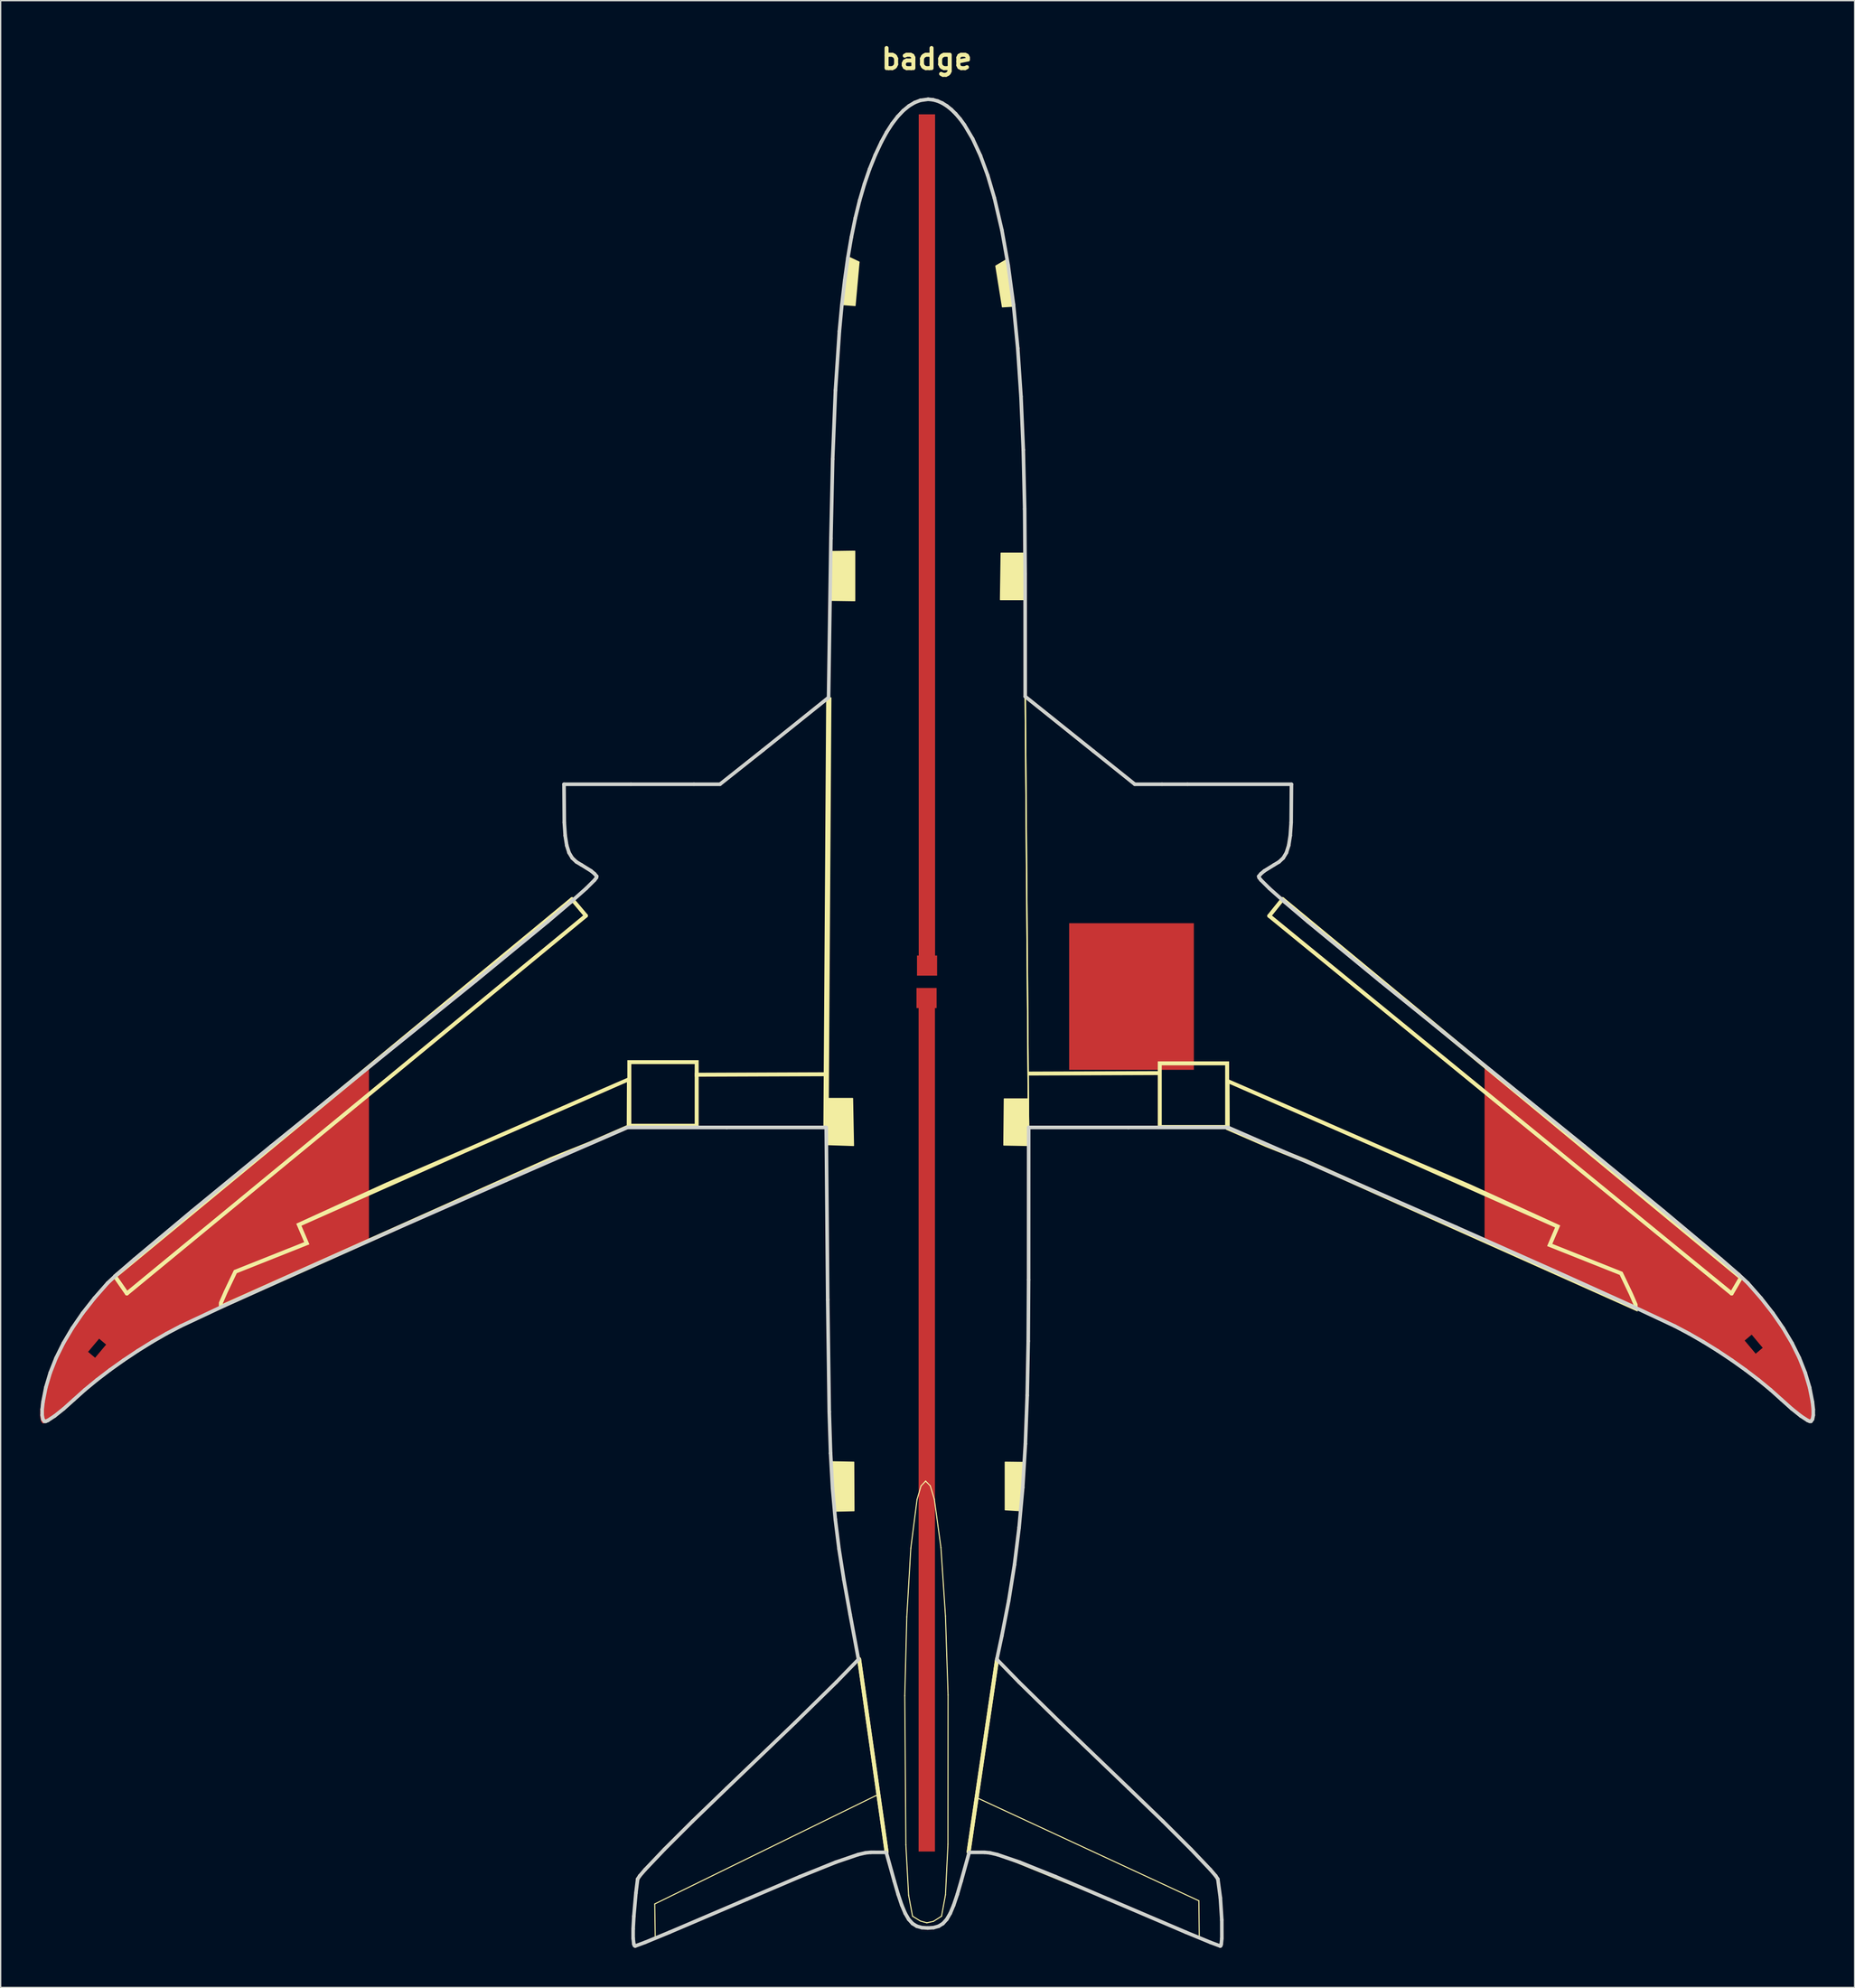
<source format=kicad_pcb>
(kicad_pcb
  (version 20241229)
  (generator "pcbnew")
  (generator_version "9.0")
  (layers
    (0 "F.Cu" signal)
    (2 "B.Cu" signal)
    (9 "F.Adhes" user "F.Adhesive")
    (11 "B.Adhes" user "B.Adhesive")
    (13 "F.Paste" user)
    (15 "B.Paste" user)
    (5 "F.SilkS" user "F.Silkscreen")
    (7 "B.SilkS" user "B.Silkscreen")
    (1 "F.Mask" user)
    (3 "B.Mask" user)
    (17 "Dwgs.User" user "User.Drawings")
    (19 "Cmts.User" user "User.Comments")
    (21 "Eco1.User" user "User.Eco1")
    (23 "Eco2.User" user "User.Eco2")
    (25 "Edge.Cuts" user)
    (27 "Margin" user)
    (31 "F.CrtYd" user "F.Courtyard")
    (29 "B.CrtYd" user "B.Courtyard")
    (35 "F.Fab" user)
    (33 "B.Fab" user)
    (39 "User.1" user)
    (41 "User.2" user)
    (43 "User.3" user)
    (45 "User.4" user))
  (footprint "badge"
    (layer "F.Cu")
    (at 67.226 74.476)
    (property "Reference" "badge" (at 0 -73.05 0) (layer "F.SilkS") (effects (font (size 1.524 1.524) (thickness 0.305))))
    (attr smd)
    (fp_poly (pts (xy -0.618 -2.339) (xy 0.622 -2.339) (xy 0.622 62.834) (xy -0.618 62.834) (xy -0.618 -2.339)) (stroke (width 0) (type solid)) (fill yes) (layer "F.Cu"))
    (fp_poly (pts (xy -0.608 -68.857) (xy 0.632 -68.857) (xy 0.632 -3.684) (xy -0.608 -3.684) (xy -0.608 -68.857)) (stroke (width 0) (type solid)) (fill yes) (layer "F.Cu"))
    (fp_poly (pts (xy 10.798 -7.539) (xy 20.254 -7.539) (xy 20.254 3.575) (xy 10.798 3.575) (xy 10.798 -7.539)) (stroke (width 0) (type solid)) (fill yes) (layer "F.Cu"))
    (fp_poly (pts (xy -42.298 3.393) (xy -62.76 23.958) (xy -62.228 24.405) (xy -63.065 25.403) (xy -63.597 24.956) (xy -62.76 23.958) (xy -42.298 3.393) (xy -42.804 3.802) (xy -49.861 9.511) (xy -55.882 14.448) (xy -60.228 18.084) (xy -61.574 19.249) (xy -62.262 19.891) (xy -63.268 21.036) (xy -64.162 22.177) (xy -64.944 23.315) (xy -65.615 24.447) (xy -66.172 25.574) (xy -66.617 26.695) (xy -66.948 27.81) (xy -67.166 28.917) (xy -67.225 29.472) (xy -67.226 29.908) (xy -67.169 30.212) (xy -67.054 30.375) (xy -66.955 30.375) (xy -66.786 30.302) (xy -66.274 29.967) (xy -65.593 29.424) (xy -64.816 28.728) (xy -63.992 27.988) (xy -63.078 27.236) (xy -62.093 26.484) (xy -61.055 25.744) (xy -59.981 25.029) (xy -58.891 24.352) (xy -57.802 23.725) (xy -56.733 23.161) (xy -53.398 21.595) (xy -47.571 18.961) (xy -42.298 16.617) (xy -42.298 3.393)) (stroke (width 0) (type solid)) (fill yes) (layer "F.Cu"))
    (fp_poly (pts (xy 42.298 3.241) (xy 62.554 23.652) (xy 63.391 24.649) (xy 62.859 25.096) (xy 62.022 24.098) (xy 62.554 23.652) (xy 42.298 3.241) (xy 42.298 16.465) (xy 47.571 18.809) (xy 53.398 21.443) (xy 56.732 23.009) (xy 57.802 23.574) (xy 58.891 24.2) (xy 59.981 24.877) (xy 61.055 25.592) (xy 62.093 26.332) (xy 63.078 27.084) (xy 63.992 27.836) (xy 64.816 28.576) (xy 65.593 29.272) (xy 66.274 29.815) (xy 66.786 30.15) (xy 66.955 30.223) (xy 67.054 30.223) (xy 67.168 30.06) (xy 67.226 29.756) (xy 67.225 29.32) (xy 67.166 28.765) (xy 66.948 27.658) (xy 66.617 26.543) (xy 66.172 25.423) (xy 65.615 24.295) (xy 64.944 23.163) (xy 64.162 22.025) (xy 63.267 20.884) (xy 62.262 19.739) (xy 61.574 19.097) (xy 60.228 17.932) (xy 55.882 14.296) (xy 49.861 9.359) (xy 42.804 3.65) (xy 42.298 3.241)) (stroke (width 0) (type solid)) (fill yes) (layer "F.Cu"))
    (fp_poly (pts (xy -63.597 24.956) (xy -62.76 23.958) (xy -62.228 24.405) (xy -63.065 25.403) (xy -63.597 24.956)) (stroke (width 0) (type solid)) (fill yes) (layer "F.Mask"))
    (fp_poly (pts (xy 63.392 24.649) (xy 62.554 23.652) (xy 62.022 24.098) (xy 62.859 25.096) (xy 63.392 24.649)) (stroke (width 0) (type solid)) (fill yes) (layer "F.Mask"))
    (fp_poly (pts (xy -3.845 -62.788) (xy -3.678 -63.717) (xy -3.433 -64.531) (xy -3.049 -65.271) (xy -1.838 -66.61) (xy -1.006 -67.121) (xy -0.014 -67.328) (xy 0.988 -67.133) (xy 1.843 -66.631) (xy 2.54 -65.964) (xy 3.071 -65.271) (xy 3.443 -64.513) (xy 3.684 -63.701) (xy 3.852 -62.788) (xy 3.071 -62.788) (xy 2.985 -63.173) (xy 2.584 -64.02) (xy 2.198 -64.475) (xy 1.655 -64.873) (xy 0.926 -65.157) (xy -0.014 -65.271) (xy -0.953 -65.172) (xy -1.676 -64.894) (xy -2.211 -64.496) (xy -2.587 -64.039) (xy -2.97 -63.18) (xy -3.049 -62.788) (xy -3.845 -62.788) (xy -3.845 -62.788)) (stroke (width 0.07) (type solid)) (fill yes) (layer "F.Mask"))
    (fp_poly (pts (xy 19.26 -7.153) (xy 16.177 -5.154) (xy 16.256 -5.119) (xy 16.191 -5.038) (xy 16.125 -4.976) (xy 16.033 -5.093) (xy 15.941 -5.209) (xy 15.941 -5.209) (xy 16.019 -5.189) (xy 16.177 -5.154) (xy 19.26 -7.153) (xy 15.822 -4.676) (xy 15.715 -4.554) (xy 15.587 -4.43) (xy 15.573 -4.509) (xy 15.567 -4.703) (xy 15.577 -4.979) (xy 15.577 -4.979) (xy 15.705 -4.827) (xy 15.822 -4.676) (xy 19.26 -7.153) (xy 15.153 -3.93) (xy 15.047 -3.813) (xy 14.621 -3.309) (xy 14.107 -2.663) (xy 13.802 -2.28) (xy 13.783 -2.267) (xy 13.777 -2.279) (xy 13.787 -2.36) (xy 13.86 -2.702) (xy 13.976 -3.063) (xy 14.131 -3.432) (xy 14.322 -3.797) (xy 14.689 -4.363) (xy 15.055 -4.855) (xy 15.151 -4.965) (xy 15.151 -4.965) (xy 15.152 -4.448) (xy 15.153 -3.93) (xy 19.26 -7.153) (xy 19.067 -7.13) (xy 13.278 -1.773) (xy 13.349 -1.757) (xy 13.361 -1.726) (xy 13.269 -1.552) (xy 13.049 -1.209) (xy 12.64 -0.586) (xy 12.543 -0.426) (xy 12.468 -0.593) (xy 12.365 -0.847) (xy 12.282 -1.101) (xy 12.22 -1.354) (xy 12.179 -1.606) (xy 12.158 -1.781) (xy 12.158 -1.781) (xy 12.759 -1.781) (xy 13.278 -1.773) (xy 19.067 -7.13) (xy 18.845 -7.064) (xy 16.775 -4.931) (xy 16.956 -4.83) (xy 17.196 -4.679) (xy 17.423 -4.502) (xy 17.636 -4.302) (xy 17.833 -4.082) (xy 18.011 -3.844) (xy 18.167 -3.592) (xy 18.299 -3.328) (xy 18.406 -3.055) (xy 18.516 -2.63) (xy 18.571 -2.274) (xy 18.558 -2.245) (xy 18.486 -2.23) (xy 17.981 -2.222) (xy 17.39 -2.222) (xy 17.371 -2.353) (xy 17.301 -2.739) (xy 17.204 -3.097) (xy 17.102 -3.358) (xy 16.952 -3.678) (xy 16.781 -4.004) (xy 16.615 -4.284) (xy 16.449 -4.574) (xy 16.497 -4.645) (xy 16.612 -4.769) (xy 16.775 -4.931) (xy 16.775 -4.931) (xy 18.845 -7.064) (xy 18.595 -6.956) (xy 16.027 -4.13) (xy 16.089 -4.186) (xy 16.135 -4.203) (xy 16.135 -4.203) (xy 16.165 -4.191) (xy 16.195 -4.158) (xy 16.274 -4.037) (xy 16.502 -3.643) (xy 16.695 -3.229) (xy 16.84 -2.822) (xy 16.929 -2.446) (xy 16.965 -2.222) (xy 16.266 -2.222) (xy 15.566 -2.222) (xy 15.566 -2.91) (xy 15.566 -3.599) (xy 15.812 -3.884) (xy 16.027 -4.13) (xy 18.595 -6.956) (xy 18.32 -6.806) (xy 18.022 -6.616) (xy 15.153 -3.11) (xy 15.153 -2.666) (xy 15.153 -2.222) (xy 14.808 -2.222) (xy 14.463 -2.236) (xy 14.808 -2.68) (xy 15.153 -3.11) (xy 18.022 -6.616) (xy 17.704 -6.388) (xy 14.094 -1.767) (xy 14.623 -1.775) (xy 15.153 -1.783) (xy 15.153 -1.782) (xy 15.153 -0.403) (xy 15.146 0.976) (xy 14.856 0.595) (xy 14.476 0.053) (xy 14.306 -0.229) (xy 14.154 -0.519) (xy 14.025 -0.807) (xy 13.924 -1.082) (xy 13.823 -1.395) (xy 13.958 -1.581) (xy 14.094 -1.767) (xy 17.704 -6.388) (xy 17.366 -6.121) (xy 17.011 -5.816) (xy 16.788 -5.618) (xy 14.745 -5.193) (xy 14.752 -5.178) (xy 14.726 -5.132) (xy 14.55 -4.897) (xy 14.241 -4.464) (xy 13.967 -4.025) (xy 13.74 -3.602) (xy 13.572 -3.214) (xy 13.43 -2.72) (xy 13.38 -2.478) (xy 13.361 -2.308) (xy 13.361 -2.222) (xy 12.759 -2.222) (xy 12.158 -2.222) (xy 12.18 -2.41) (xy 12.255 -2.81) (xy 12.38 -3.195) (xy 12.552 -3.562) (xy 12.767 -3.905) (xy 13.021 -4.219) (xy 13.31 -4.499) (xy 13.632 -4.74) (xy 13.981 -4.935) (xy 14.34 -5.078) (xy 14.694 -5.185) (xy 14.745 -5.193) (xy 14.745 -5.193) (xy 16.788 -5.618) (xy 13.509 -0.959) (xy 13.586 -0.757) (xy 13.757 -0.371) (xy 13.982 0.046) (xy 14.251 0.475) (xy 14.55 0.893) (xy 14.749 1.162) (xy 14.755 1.188) (xy 14.722 1.192) (xy 14.491 1.13) (xy 14.055 0.965) (xy 13.649 0.746) (xy 13.289 0.484) (xy 13.13 0.34) (xy 12.989 0.189) (xy 12.854 0.031) (xy 12.917 -0.078) (xy 13.244 -0.573) (xy 13.509 -0.959) (xy 13.509 -0.959) (xy 16.788 -5.618) (xy 16.552 -5.697) (xy 16.267 -5.782) (xy 15.997 -5.836) (xy 15.707 -5.865) (xy 15.36 -5.873) (xy 15.567 -1.781) (xy 16.266 -1.781) (xy 16.965 -1.781) (xy 16.931 -1.567) (xy 16.878 -1.308) (xy 16.801 -1.045) (xy 16.701 -0.778) (xy 16.574 -0.503) (xy 16.422 -0.22) (xy 16.241 0.075) (xy 15.794 0.707) (xy 15.577 0.976) (xy 15.567 -0.402) (xy 15.567 -1.781) (xy 15.567 -1.781) (xy 15.36 -5.873) (xy 14.927 -5.86) (xy 14.603 -5.81) (xy 14.33 -5.741) (xy 14.065 -5.655) (xy 13.811 -5.551) (xy 13.567 -5.432) (xy 13.334 -5.296) (xy 13.112 -5.145) (xy 12.902 -4.979) (xy 12.704 -4.798) (xy 12.52 -4.604) (xy 12.348 -4.396) (xy 12.191 -4.175) (xy 12.048 -3.942) (xy 11.921 -3.698) (xy 11.809 -3.441) (xy 11.712 -3.174) (xy 11.633 -2.897) (xy 11.591 -2.716) (xy 11.568 -2.551) (xy 11.556 -2.002) (xy 18.363 -1.782) (xy 18.508 -1.766) (xy 18.546 -1.746) (xy 18.565 -1.715) (xy 18.562 -1.61) (xy 18.529 -1.434) (xy 18.479 -1.197) (xy 18.412 -0.967) (xy 18.33 -0.745) (xy 18.231 -0.53) (xy 18.117 -0.322) (xy 17.987 -0.122) (xy 17.841 0.069) (xy 17.679 0.252) (xy 17.387 0.524) (xy 17.058 0.761) (xy 16.708 0.954) (xy 16.352 1.094) (xy 16.039 1.182) (xy 15.946 1.202) (xy 16.166 0.916) (xy 16.419 0.574) (xy 16.641 0.24) (xy 16.834 -0.087) (xy 16.998 -0.408) (xy 17.133 -0.724) (xy 17.241 -1.036) (xy 17.32 -1.344) (xy 17.373 -1.651) (xy 17.389 -1.781) (xy 17.98 -1.781) (xy 18.363 -1.782) (xy 18.363 -1.782) (xy 18.363 -1.782) (xy 11.556 -2.002) (xy 11.567 -1.451) (xy 11.59 -1.288) (xy 11.632 -1.107) (xy 11.715 -0.823) (xy 11.817 -0.539) (xy 11.933 -0.271) (xy 12.057 -0.033) (xy 12.182 0.185) (xy 12.067 0.394) (xy 11.753 1.015) (xy 11.478 1.641) (xy 11.356 1.969) (xy 11.278 2.235) (xy 11.237 2.472) (xy 11.225 2.713) (xy 11.235 2.933) (xy 11.271 3.09) (xy 11.34 3.202) (xy 11.448 3.286) (xy 11.57 3.336) (xy 11.744 3.338) (xy 11.903 3.311) (xy 12.079 3.25) (xy 12.273 3.155) (xy 12.484 3.027) (xy 12.71 2.867) (xy 12.95 2.674) (xy 13.472 2.194) (xy 13.899 1.771) (xy 13.637 1.975) (xy 13.04 2.417) (xy 12.528 2.747) (xy 12.106 2.963) (xy 11.931 3.027) (xy 11.781 3.061) (xy 11.67 3.064) (xy 11.597 3.016) (xy 11.564 2.977) (xy 11.547 2.931) (xy 11.55 2.744) (xy 11.607 2.43) (xy 11.74 2.043) (xy 11.95 1.581) (xy 12.237 1.04) (xy 12.487 0.593) (xy 12.738 0.829) (xy 12.932 0.999) (xy 13.133 1.154) (xy 13.342 1.295) (xy 13.558 1.422) (xy 14.007 1.63) (xy 14.475 1.777) (xy 14.958 1.862) (xy 15.204 1.881) (xy 15.451 1.884) (xy 15.699 1.87) (xy 15.947 1.841) (xy 16.196 1.795) (xy 16.443 1.732) (xy 16.717 1.635) (xy 17.026 1.495) (xy 17.329 1.333) (xy 17.587 1.169) (xy 17.834 0.967) (xy 18.102 0.709) (xy 18.35 0.437) (xy 18.54 0.19) (xy 18.739 -0.146) (xy 18.909 -0.51) (xy 19.045 -0.891) (xy 19.142 -1.277) (xy 19.18 -1.598) (xy 19.193 -2.001) (xy 19.18 -2.405) (xy 19.142 -2.725) (xy 19.046 -3.111) (xy 18.913 -3.483) (xy 18.745 -3.841) (xy 18.54 -4.184) (xy 18.329 -4.459) (xy 18.054 -4.755) (xy 17.759 -5.03) (xy 17.486 -5.241) (xy 17.24 -5.403) (xy 17.487 -5.64) (xy 17.81 -5.936) (xy 18.123 -6.198) (xy 18.42 -6.422) (xy 18.694 -6.604) (xy 18.936 -6.738) (xy 19.139 -6.821) (xy 19.296 -6.847) (xy 19.354 -6.838) (xy 19.399 -6.813) (xy 19.438 -6.76) (xy 19.463 -6.683) (xy 19.472 -6.465) (xy 19.426 -6.169) (xy 19.327 -5.803) (xy 19.254 -5.591) (xy 19.211 -5.503) (xy 19.026 -5.7) (xy 18.896 -5.843) (xy 18.866 -5.86) (xy 18.854 -5.845) (xy 18.747 -4.382) (xy 19.328 -4.864) (xy 19.905 -5.351) (xy 19.769 -5.369) (xy 19.503 -5.39) (xy 19.41 -5.398) (xy 19.372 -5.413) (xy 19.496 -5.729) (xy 19.595 -5.982) (xy 19.667 -6.21) (xy 19.711 -6.415) (xy 19.73 -6.595) (xy 19.721 -6.751) (xy 19.685 -6.884) (xy 19.622 -6.992) (xy 19.533 -7.077) (xy 19.411 -7.134) (xy 19.26 -7.153) (xy 19.26 -7.153)) (stroke (width 0.007) (type solid)) (fill yes) (layer "F.Mask"))
    (fp_line (start -61.559 19.23) (end -60.656 20.534) (stroke (width 0.3) (type solid)) (layer "F.SilkS"))
    (fp_line (start -60.656 20.534) (end -25.844 -8.108) (stroke (width 0.3) (type solid)) (layer "F.SilkS"))
    (fp_line (start -26.902 -9.362) (end -61.559 19.23) (stroke (width 0.3) (type solid)) (layer "F.SilkS"))
    (fp_line (start -25.844 -8.108) (end -26.902 -9.362) (stroke (width 0.3) (type solid)) (layer "F.SilkS"))
    (fp_line (start -20.627 66.808) (end -3.673 58.506) (stroke (width 0.079) (type solid)) (layer "F.SilkS"))
    (fp_line (start -20.589 69.323) (end -20.627 66.808) (stroke (width 0.079) (type solid)) (layer "F.SilkS"))
    (fp_line (start -19.775 69.07) (end -20.589 69.323) (stroke (width 0.079) (type solid)) (layer "F.SilkS"))
    (fp_line (start -17.65 68.202) (end -19.775 69.07) (stroke (width 0.079) (type solid)) (layer "F.SilkS"))
    (fp_line (start -14.704 66.956) (end -17.65 68.202) (stroke (width 0.079) (type solid)) (layer "F.SilkS"))
    (fp_line (start -11.425 65.569) (end -14.704 66.956) (stroke (width 0.079) (type solid)) (layer "F.SilkS"))
    (fp_line (start -8.303 64.276) (end -11.425 65.569) (stroke (width 0.079) (type solid)) (layer "F.SilkS"))
    (fp_line (start -5.825 63.315) (end -8.303 64.276) (stroke (width 0.079) (type solid)) (layer "F.SilkS"))
    (fp_line (start -5.127 48.248) (end -3.046 62.87) (stroke (width 0.3) (type solid)) (layer "F.SilkS"))
    (fp_line (start -4.482 62.923) (end -5.825 63.315) (stroke (width 0.079) (type solid)) (layer "F.SilkS"))
    (fp_line (start -3.673 58.506) (end -3.048 62.862) (stroke (width 0.079) (type solid)) (layer "F.SilkS"))
    (fp_line (start -3.048 62.862) (end -4.482 62.923) (stroke (width 0.079) (type solid)) (layer "F.SilkS"))
    (fp_line (start -3.046 62.87) (end -5.127 48.248) (stroke (width 0.3) (type solid)) (layer "F.SilkS"))
    (fp_line (start -1.667 51.024) (end -1.583 62.326) (stroke (width 0.079) (type solid)) (layer "F.SilkS"))
    (fp_line (start -1.583 62.326) (end -1.376 66.143) (stroke (width 0.079) (type solid)) (layer "F.SilkS"))
    (fp_line (start -1.513 45.04) (end -1.667 51.024) (stroke (width 0.079) (type solid)) (layer "F.SilkS"))
    (fp_line (start -1.376 66.143) (end -1.078 67.738) (stroke (width 0.079) (type solid)) (layer "F.SilkS"))
    (fp_line (start -1.208 39.833) (end -1.513 45.04) (stroke (width 0.079) (type solid)) (layer "F.SilkS"))
    (fp_line (start -1.078 67.738) (end -0.487 68.102) (stroke (width 0.079) (type solid)) (layer "F.SilkS"))
    (fp_line (start -0.737 36.154) (end -1.208 39.833) (stroke (width 0.079) (type solid)) (layer "F.SilkS"))
    (fp_line (start -0.487 68.102) (end 0.007 68.239) (stroke (width 0.079) (type solid)) (layer "F.SilkS"))
    (fp_line (start -0.435 35.121) (end -0.737 36.154) (stroke (width 0.079) (type solid)) (layer "F.SilkS"))
    (fp_line (start -0.086 34.752) (end -0.085 34.752) (stroke (width 0.079) (type solid)) (layer "F.SilkS"))
    (fp_line (start -0.085 34.752) (end -0.435 35.121) (stroke (width 0.079) (type solid)) (layer "F.SilkS"))
    (fp_line (start 0.007 68.239) (end 0.508 68.127) (stroke (width 0.079) (type solid)) (layer "F.SilkS"))
    (fp_line (start 0.266 35.109) (end -0.086 34.752) (stroke (width 0.079) (type solid)) (layer "F.SilkS"))
    (fp_line (start 0.508 68.127) (end 1.121 67.738) (stroke (width 0.079) (type solid)) (layer "F.SilkS"))
    (fp_line (start 0.576 36.13) (end 0.266 35.109) (stroke (width 0.079) (type solid)) (layer "F.SilkS"))
    (fp_line (start 1.075 39.791) (end 0.576 36.13) (stroke (width 0.079) (type solid)) (layer "F.SilkS"))
    (fp_line (start 1.121 67.738) (end 1.42 66.115) (stroke (width 0.079) (type solid)) (layer "F.SilkS"))
    (fp_line (start 1.419 44.985) (end 1.075 39.791) (stroke (width 0.079) (type solid)) (layer "F.SilkS"))
    (fp_line (start 1.42 66.115) (end 1.608 62.278) (stroke (width 0.079) (type solid)) (layer "F.SilkS"))
    (fp_line (start 1.608 62.278) (end 1.616 50.964) (stroke (width 0.079) (type solid)) (layer "F.SilkS"))
    (fp_line (start 1.616 50.964) (end 1.419 44.985) (stroke (width 0.079) (type solid)) (layer "F.SilkS"))
    (fp_line (start 3.174 62.87) (end 5.331 48.248) (stroke (width 0.3) (type solid)) (layer "F.SilkS"))
    (fp_line (start 3.193 62.856) (end 3.801 58.757) (stroke (width 0.079) (type solid)) (layer "F.SilkS"))
    (fp_line (start 3.801 58.757) (end 20.634 66.57) (stroke (width 0.079) (type solid)) (layer "F.SilkS"))
    (fp_line (start 5.261 63.035) (end 3.193 62.856) (stroke (width 0.079) (type solid)) (layer "F.SilkS"))
    (fp_line (start 5.331 48.248) (end 3.174 62.87) (stroke (width 0.3) (type solid)) (layer "F.SilkS"))
    (fp_line (start 7.47 -24.694) (end 7.718 7.902) (stroke (width 0.106) (type solid)) (layer "F.SilkS"))
    (fp_line (start 7.718 7.902) (end 7.47 -24.694) (stroke (width 0.106) (type solid)) (layer "F.SilkS"))
    (fp_line (start 20.634 66.57) (end 20.665 69.311) (stroke (width 0.079) (type solid)) (layer "F.SilkS"))
    (fp_line (start 20.665 69.311) (end 5.261 63.035) (stroke (width 0.079) (type solid)) (layer "F.SilkS"))
    (fp_line (start 25.972 -8.095) (end 61.034 20.534) (stroke (width 0.3) (type solid)) (layer "F.SilkS"))
    (fp_line (start 26.988 -9.362) (end 25.972 -8.095) (stroke (width 0.3) (type solid)) (layer "F.SilkS"))
    (fp_line (start 61.034 20.534) (end 61.737 19.33) (stroke (width 0.3) (type solid)) (layer "F.SilkS"))
    (fp_line (start 61.737 19.33) (end 26.988 -9.362) (stroke (width 0.3) (type solid)) (layer "F.SilkS"))
    (fp_poly (pts (xy -7.676 5.738) (xy -5.619 5.738) (xy -5.548 9.32) (xy -7.64 9.25) (xy -7.676 5.738)) (stroke (width 0.07) (type solid)) (fill yes) (layer "F.SilkS"))
    (fp_poly (pts (xy -7.627 -24.66) (xy -7.839 8.008) (xy -7.441 8.01) (xy -7.228 -24.658) (xy -7.627 -24.66)) (stroke (width 0) (type solid)) (fill yes) (layer "F.SilkS"))
    (fp_poly (pts (xy -7.623 3.761) (xy -17.589 3.797) (xy -17.589 4.097) (xy -7.623 4.062) (xy -7.623 3.761)) (stroke (width 0) (type solid)) (fill yes) (layer "F.SilkS"))
    (fp_poly (pts (xy -7.335 -35.721) (xy -5.454 -35.746) (xy -5.454 -31.984) (xy -7.36 -32.009) (xy -7.335 -35.721)) (stroke (width 0.07) (type solid)) (fill yes) (layer "F.SilkS"))
    (fp_poly (pts (xy -7.286 33.28) (xy -5.53 33.315) (xy -5.512 37.004) (xy -7.037 37.04) (xy -7.286 33.28)) (stroke (width 0.07) (type solid)) (fill yes) (layer "F.SilkS"))
    (fp_poly (pts (xy -5.98 -58.068) (xy -5.128 -57.667) (xy -5.429 -54.356) (xy -6.432 -54.431) (xy -5.98 -58.068)) (stroke (width 0.07) (type solid)) (fill yes) (layer "F.SilkS"))
    (fp_poly (pts (xy 6.083 -57.867) (xy 5.231 -57.366) (xy 5.732 -54.256) (xy 6.585 -54.306) (xy 6.083 -57.867)) (stroke (width 0.07) (type solid)) (fill yes) (layer "F.SilkS"))
    (fp_poly (pts (xy 7.399 33.333) (xy 5.944 33.315) (xy 5.944 36.933) (xy 7.115 37.004) (xy 7.399 33.333)) (stroke (width 0.07) (type solid)) (fill yes) (layer "F.SilkS"))
    (fp_poly (pts (xy 7.438 -35.596) (xy 5.632 -35.596) (xy 5.582 -32.06) (xy 7.413 -32.06) (xy 7.438 -35.596)) (stroke (width 0.07) (type solid)) (fill yes) (layer "F.SilkS"))
    (fp_poly (pts (xy 7.718 5.774) (xy 5.873 5.774) (xy 5.838 9.285) (xy 7.753 9.321) (xy 7.718 5.774)) (stroke (width 0.07) (type solid)) (fill yes) (layer "F.SilkS"))
    (fp_poly (pts (xy 17.649 3.674) (xy 7.682 3.709) (xy 7.682 4.008) (xy 17.649 3.973) (xy 17.649 3.674)) (stroke (width 0) (type solid)) (fill yes) (layer "F.SilkS"))
    (fp_poly (pts (xy -22.704 2.842) (xy -22.403 3.141) (xy -17.597 3.141) (xy -17.597 7.666) (xy -22.403 7.666) (xy -22.403 3.141) (xy -22.704 2.842) (xy -22.704 7.965) (xy -17.296 7.965) (xy -17.296 2.842) (xy -19.099 2.842) (xy -20.901 2.842) (xy -22.704 2.842)) (stroke (width 0) (type solid)) (fill yes) (layer "F.SilkS"))
    (fp_poly (pts (xy 17.52 2.935) (xy 17.821 3.234) (xy 22.627 3.234) (xy 22.627 7.76) (xy 17.821 7.76) (xy 17.821 3.234) (xy 17.52 2.935) (xy 17.52 8.058) (xy 22.928 8.058) (xy 22.928 2.935) (xy 21.125 2.935) (xy 19.323 2.935) (xy 17.52 2.935)) (stroke (width 0) (type solid)) (fill yes) (layer "F.SilkS"))
    (fp_poly (pts (xy -35.097 9.59) (xy -47.418 15.394) (xy -34.976 9.865) (xy -22.736 4.511) (xy -22.75 7.775) (xy -25.625 9.029) (xy -28.511 10.187) (xy -28.517 10.189) (xy -53.377 21.31) (xy -53.377 21.279) (xy -53.027 20.474) (xy -52.32 18.994) (xy -46.814 16.805) (xy -47.418 15.394) (xy -35.097 9.59) (xy -40.981 12.12) (xy -47.81 15.24) (xy -47.211 16.638) (xy -52.539 18.759) (xy -53.298 20.349) (xy -53.675 21.215) (xy -53.681 21.775) (xy -28.41 10.47) (xy -28.4 10.466) (xy -25.454 9.283) (xy -22.541 8.013) (xy -22.451 7.974) (xy -22.424 4.064) (xy -24.539 4.982) (xy -26.652 5.901) (xy -28.764 6.822) (xy -30.876 7.744) (xy -32.987 8.667) (xy -35.097 9.59) (xy -35.097 9.59)) (stroke (width 0) (type solid)) (fill yes) (layer "F.SilkS"))
    (fp_poly (pts (xy 35.324 9.722) (xy 47.644 15.527) (xy 35.203 9.997) (xy 22.963 4.644) (xy 22.962 4.644) (xy 22.976 7.907) (xy 25.851 9.161) (xy 28.738 10.32) (xy 28.744 10.322) (xy 53.603 21.443) (xy 53.603 21.411) (xy 53.254 20.607) (xy 52.547 19.126) (xy 47.041 16.937) (xy 47.644 15.527) (xy 35.324 9.722) (xy 41.208 12.252) (xy 48.037 15.372) (xy 47.437 16.771) (xy 52.765 18.892) (xy 53.525 20.482) (xy 53.902 21.347) (xy 53.908 21.907) (xy 28.637 10.603) (xy 28.627 10.599) (xy 25.681 9.415) (xy 22.767 8.146) (xy 22.677 8.106) (xy 22.651 4.196) (xy 24.766 5.114) (xy 26.879 6.034) (xy 28.991 6.955) (xy 31.102 7.877) (xy 33.213 8.799) (xy 35.324 9.722) (xy 35.324 9.722)) (stroke (width 0) (type solid)) (fill yes) (layer "F.SilkS"))
    (fp_line (start -67.079 29.756) (end -67.022 30.06) (stroke (width 0.273) (type solid)) (layer "Edge.Cuts"))
    (fp_line (start -67.079 29.321) (end -67.079 29.756) (stroke (width 0.273) (type solid)) (layer "Edge.Cuts"))
    (fp_line (start -67.022 30.06) (end -66.907 30.223) (stroke (width 0.273) (type solid)) (layer "Edge.Cuts"))
    (fp_line (start -67.019 28.765) (end -67.079 29.321) (stroke (width 0.273) (type solid)) (layer "Edge.Cuts"))
    (fp_line (start -66.907 30.223) (end -66.808 30.223) (stroke (width 0.273) (type solid)) (layer "Edge.Cuts"))
    (fp_line (start -66.808 30.223) (end -66.639 30.15) (stroke (width 0.273) (type solid)) (layer "Edge.Cuts"))
    (fp_line (start -66.802 27.658) (end -67.019 28.765) (stroke (width 0.273) (type solid)) (layer "Edge.Cuts"))
    (fp_line (start -66.639 30.15) (end -66.127 29.815) (stroke (width 0.273) (type solid)) (layer "Edge.Cuts"))
    (fp_line (start -66.47 26.544) (end -66.802 27.658) (stroke (width 0.273) (type solid)) (layer "Edge.Cuts"))
    (fp_line (start -66.127 29.815) (end -65.446 29.272) (stroke (width 0.273) (type solid)) (layer "Edge.Cuts"))
    (fp_line (start -66.026 25.423) (end -66.47 26.544) (stroke (width 0.273) (type solid)) (layer "Edge.Cuts"))
    (fp_line (start -65.468 24.296) (end -66.026 25.423) (stroke (width 0.273) (type solid)) (layer "Edge.Cuts"))
    (fp_line (start -65.446 29.272) (end -64.669 28.576) (stroke (width 0.273) (type solid)) (layer "Edge.Cuts"))
    (fp_line (start -64.798 23.163) (end -65.468 24.296) (stroke (width 0.273) (type solid)) (layer "Edge.Cuts"))
    (fp_line (start -64.669 28.576) (end -63.845 27.836) (stroke (width 0.273) (type solid)) (layer "Edge.Cuts"))
    (fp_line (start -64.016 22.026) (end -64.798 23.163) (stroke (width 0.273) (type solid)) (layer "Edge.Cuts"))
    (fp_line (start -63.845 27.836) (end -62.932 27.084) (stroke (width 0.273) (type solid)) (layer "Edge.Cuts"))
    (fp_line (start -63.122 20.886) (end -64.016 22.026) (stroke (width 0.273) (type solid)) (layer "Edge.Cuts"))
    (fp_line (start -62.932 27.084) (end -61.947 26.332) (stroke (width 0.273) (type solid)) (layer "Edge.Cuts"))
    (fp_line (start -62.117 19.742) (end -63.122 20.886) (stroke (width 0.273) (type solid)) (layer "Edge.Cuts"))
    (fp_line (start -61.947 26.332) (end -60.908 25.592) (stroke (width 0.273) (type solid)) (layer "Edge.Cuts"))
    (fp_line (start -61.43 19.1) (end -62.117 19.742) (stroke (width 0.273) (type solid)) (layer "Edge.Cuts"))
    (fp_line (start -60.908 25.592) (end -59.834 24.877) (stroke (width 0.273) (type solid)) (layer "Edge.Cuts"))
    (fp_line (start -60.084 17.936) (end -61.43 19.1) (stroke (width 0.273) (type solid)) (layer "Edge.Cuts"))
    (fp_line (start -59.834 24.877) (end -58.744 24.2) (stroke (width 0.273) (type solid)) (layer "Edge.Cuts"))
    (fp_line (start -58.744 24.2) (end -57.655 23.573) (stroke (width 0.273) (type solid)) (layer "Edge.Cuts"))
    (fp_line (start -57.655 23.573) (end -56.585 23.009) (stroke (width 0.273) (type solid)) (layer "Edge.Cuts"))
    (fp_line (start -56.585 23.009) (end -53.25 21.443) (stroke (width 0.273) (type solid)) (layer "Edge.Cuts"))
    (fp_line (start -55.738 14.301) (end -60.084 17.936) (stroke (width 0.273) (type solid)) (layer "Edge.Cuts"))
    (fp_line (start -53.25 21.443) (end -47.424 18.81) (stroke (width 0.273) (type solid)) (layer "Edge.Cuts"))
    (fp_line (start -49.716 9.364) (end -55.738 14.301) (stroke (width 0.273) (type solid)) (layer "Edge.Cuts"))
    (fp_line (start -47.424 18.81) (end -40.004 15.51) (stroke (width 0.273) (type solid)) (layer "Edge.Cuts"))
    (fp_line (start -42.658 3.655) (end -49.716 9.364) (stroke (width 0.273) (type solid)) (layer "Edge.Cuts"))
    (fp_line (start -40.004 15.51) (end -31.888 11.948) (stroke (width 0.273) (type solid)) (layer "Edge.Cuts"))
    (fp_line (start -34.206 -3.169) (end -42.658 3.655) (stroke (width 0.273) (type solid)) (layer "Edge.Cuts"))
    (fp_line (start -31.888 11.948) (end -22.705 7.944) (stroke (width 0.273) (type solid)) (layer "Edge.Cuts"))
    (fp_line (start -28.737 -7.661) (end -34.206 -3.169) (stroke (width 0.273) (type solid)) (layer "Edge.Cuts"))
    (fp_line (start -27.508 -18.072) (end -27.486 -15.177) (stroke (width 0.273) (type solid)) (layer "Edge.Cuts"))
    (fp_line (start -27.486 -15.177) (end -27.418 -14.185) (stroke (width 0.273) (type solid)) (layer "Edge.Cuts"))
    (fp_line (start -27.418 -14.185) (end -27.3 -13.437) (stroke (width 0.273) (type solid)) (layer "Edge.Cuts"))
    (fp_line (start -27.3 -13.437) (end -27.126 -12.886) (stroke (width 0.273) (type solid)) (layer "Edge.Cuts"))
    (fp_line (start -27.126 -12.886) (end -26.885 -12.485) (stroke (width 0.273) (type solid)) (layer "Edge.Cuts"))
    (fp_line (start -26.986 -9.146) (end -28.737 -7.661) (stroke (width 0.273) (type solid)) (layer "Edge.Cuts"))
    (fp_line (start -26.885 -12.485) (end -26.571 -12.19) (stroke (width 0.273) (type solid)) (layer "Edge.Cuts"))
    (fp_line (start -26.571 -12.19) (end -26.175 -11.953) (stroke (width 0.273) (type solid)) (layer "Edge.Cuts"))
    (fp_line (start -26.175 -11.953) (end -25.454 -11.506) (stroke (width 0.273) (type solid)) (layer "Edge.Cuts"))
    (fp_line (start -25.82 -10.182) (end -26.986 -9.146) (stroke (width 0.273) (type solid)) (layer "Edge.Cuts"))
    (fp_line (start -25.454 -11.506) (end -25.185 -11.28) (stroke (width 0.273) (type solid)) (layer "Edge.Cuts"))
    (fp_line (start -25.185 -11.28) (end -25.026 -11.091) (stroke (width 0.273) (type solid)) (layer "Edge.Cuts"))
    (fp_line (start -25.184 -10.815) (end -25.82 -10.182) (stroke (width 0.273) (type solid)) (layer "Edge.Cuts"))
    (fp_line (start -25.049 -10.995) (end -25.184 -10.815) (stroke (width 0.273) (type solid)) (layer "Edge.Cuts"))
    (fp_line (start -25.026 -11.091) (end -25.049 -10.995) (stroke (width 0.273) (type solid)) (layer "Edge.Cuts"))
    (fp_line (start -22.705 7.944) (end -15.164 7.944) (stroke (width 0.273) (type solid)) (layer "Edge.Cuts"))
    (fp_line (start -22.433 -18.072) (end -27.508 -18.072) (stroke (width 0.273) (type solid)) (layer "Edge.Cuts"))
    (fp_line (start -22.265 69.406) (end -22.213 69.848) (stroke (width 0.273) (type solid)) (layer "Edge.Cuts"))
    (fp_line (start -22.264 68.698) (end -22.265 69.406) (stroke (width 0.273) (type solid)) (layer "Edge.Cuts"))
    (fp_line (start -22.213 69.848) (end -22.168 69.962) (stroke (width 0.273) (type solid)) (layer "Edge.Cuts"))
    (fp_line (start -22.211 67.746) (end -22.264 68.698) (stroke (width 0.273) (type solid)) (layer "Edge.Cuts"))
    (fp_line (start -22.168 69.962) (end -22.11 70.001) (stroke (width 0.273) (type solid)) (layer "Edge.Cuts"))
    (fp_line (start -22.11 70.001) (end -21.357 69.721) (stroke (width 0.273) (type solid)) (layer "Edge.Cuts"))
    (fp_line (start -22.056 65.987) (end -22.211 67.746) (stroke (width 0.273) (type solid)) (layer "Edge.Cuts"))
    (fp_line (start -21.925 64.924) (end -22.056 65.987) (stroke (width 0.273) (type solid)) (layer "Edge.Cuts"))
    (fp_line (start -21.767 64.681) (end -21.925 64.924) (stroke (width 0.273) (type solid)) (layer "Edge.Cuts"))
    (fp_line (start -21.357 69.721) (end -19.507 68.957) (stroke (width 0.273) (type solid)) (layer "Edge.Cuts"))
    (fp_line (start -21.357 64.206) (end -21.767 64.681) (stroke (width 0.273) (type solid)) (layer "Edge.Cuts"))
    (fp_line (start -19.895 62.669) (end -21.357 64.206) (stroke (width 0.273) (type solid)) (layer "Edge.Cuts"))
    (fp_line (start -19.507 68.957) (end -13.627 66.447) (stroke (width 0.273) (type solid)) (layer "Edge.Cuts"))
    (fp_line (start -17.76 60.539) (end -19.895 62.669) (stroke (width 0.273) (type solid)) (layer "Edge.Cuts"))
    (fp_line (start -17.655 -18.072) (end -22.433 -18.072) (stroke (width 0.273) (type solid)) (layer "Edge.Cuts"))
    (fp_line (start -15.683 -18.072) (end -17.655 -18.072) (stroke (width 0.273) (type solid)) (layer "Edge.Cuts"))
    (fp_line (start -15.174 58.043) (end -17.76 60.539) (stroke (width 0.273) (type solid)) (layer "Edge.Cuts"))
    (fp_line (start -15.164 7.944) (end -7.623 7.944) (stroke (width 0.273) (type solid)) (layer "Edge.Cuts"))
    (fp_line (start -13.627 66.447) (end -9.621 64.739) (stroke (width 0.273) (type solid)) (layer "Edge.Cuts"))
    (fp_line (start -12.427 -20.654) (end -15.683 -18.072) (stroke (width 0.273) (type solid)) (layer "Edge.Cuts"))
    (fp_line (start -9.994 53.075) (end -15.174 58.043) (stroke (width 0.273) (type solid)) (layer "Edge.Cuts"))
    (fp_line (start -9.621 64.739) (end -6.903 63.645) (stroke (width 0.273) (type solid)) (layer "Edge.Cuts"))
    (fp_line (start -7.623 7.944) (end -7.511 20.998) (stroke (width 0.273) (type solid)) (layer "Edge.Cuts"))
    (fp_line (start -7.511 20.998) (end -7.393 29.503) (stroke (width 0.273) (type solid)) (layer "Edge.Cuts"))
    (fp_line (start -7.445 -24.648) (end -12.427 -20.654) (stroke (width 0.273) (type solid)) (layer "Edge.Cuts"))
    (fp_line (start -7.393 29.503) (end -7.292 32.642) (stroke (width 0.273) (type solid)) (layer "Edge.Cuts"))
    (fp_line (start -7.292 32.642) (end -7.144 35.292) (stroke (width 0.273) (type solid)) (layer "Edge.Cuts"))
    (fp_line (start -7.266 -36.715) (end -7.445 -24.648) (stroke (width 0.273) (type solid)) (layer "Edge.Cuts"))
    (fp_line (start -7.144 35.292) (end -6.935 37.647) (stroke (width 0.273) (type solid)) (layer "Edge.Cuts"))
    (fp_line (start -7.134 -42.724) (end -7.266 -36.715) (stroke (width 0.273) (type solid)) (layer "Edge.Cuts"))
    (fp_line (start -6.935 37.647) (end -6.654 39.897) (stroke (width 0.273) (type solid)) (layer "Edge.Cuts"))
    (fp_line (start -6.924 -47.931) (end -7.134 -42.724) (stroke (width 0.273) (type solid)) (layer "Edge.Cuts"))
    (fp_line (start -6.903 63.645) (end -5.2 63.065) (stroke (width 0.273) (type solid)) (layer "Edge.Cuts"))
    (fp_line (start -6.858 49.998) (end -9.994 53.075) (stroke (width 0.273) (type solid)) (layer "Edge.Cuts"))
    (fp_line (start -6.654 39.897) (end -6.284 42.234) (stroke (width 0.273) (type solid)) (layer "Edge.Cuts"))
    (fp_line (start -6.624 -52.417) (end -6.924 -47.931) (stroke (width 0.273) (type solid)) (layer "Edge.Cuts"))
    (fp_line (start -6.438 -54.414) (end -6.624 -52.417) (stroke (width 0.273) (type solid)) (layer "Edge.Cuts"))
    (fp_line (start -6.284 42.234) (end -5.814 44.85) (stroke (width 0.273) (type solid)) (layer "Edge.Cuts"))
    (fp_line (start -6.225 -56.26) (end -6.438 -54.414) (stroke (width 0.273) (type solid)) (layer "Edge.Cuts"))
    (fp_line (start -5.986 -57.964) (end -6.225 -56.26) (stroke (width 0.273) (type solid)) (layer "Edge.Cuts"))
    (fp_line (start -5.814 44.85) (end -5.177 48.268) (stroke (width 0.273) (type solid)) (layer "Edge.Cuts"))
    (fp_line (start -5.718 -59.537) (end -5.986 -57.964) (stroke (width 0.273) (type solid)) (layer "Edge.Cuts"))
    (fp_line (start -5.42 -60.989) (end -5.718 -59.537) (stroke (width 0.273) (type solid)) (layer "Edge.Cuts"))
    (fp_line (start -5.2 63.065) (end -4.645 62.935) (stroke (width 0.273) (type solid)) (layer "Edge.Cuts"))
    (fp_line (start -5.177 48.268) (end -6.858 49.998) (stroke (width 0.273) (type solid)) (layer "Edge.Cuts"))
    (fp_line (start -5.091 -62.329) (end -5.42 -60.989) (stroke (width 0.273) (type solid)) (layer "Edge.Cuts"))
    (fp_line (start -4.73 -63.567) (end -5.091 -62.329) (stroke (width 0.273) (type solid)) (layer "Edge.Cuts"))
    (fp_line (start -4.645 62.935) (end -4.242 62.896) (stroke (width 0.273) (type solid)) (layer "Edge.Cuts"))
    (fp_line (start -4.335 -64.713) (end -4.73 -63.567) (stroke (width 0.273) (type solid)) (layer "Edge.Cuts"))
    (fp_line (start -4.242 62.896) (end -3.07 62.898) (stroke (width 0.273) (type solid)) (layer "Edge.Cuts"))
    (fp_line (start -3.906 -65.777) (end -4.335 -64.713) (stroke (width 0.273) (type solid)) (layer "Edge.Cuts"))
    (fp_line (start -3.44 -66.769) (end -3.906 -65.777) (stroke (width 0.273) (type solid)) (layer "Edge.Cuts"))
    (fp_line (start -3.07 62.898) (end -2.462 65.082) (stroke (width 0.273) (type solid)) (layer "Edge.Cuts"))
    (fp_line (start -3.039 -67.505) (end -3.44 -66.769) (stroke (width 0.273) (type solid)) (layer "Edge.Cuts"))
    (fp_line (start -2.628 -68.145) (end -3.039 -67.505) (stroke (width 0.273) (type solid)) (layer "Edge.Cuts"))
    (fp_line (start -2.462 65.082) (end -2.168 66.089) (stroke (width 0.273) (type solid)) (layer "Edge.Cuts"))
    (fp_line (start -2.209 -68.689) (end -2.628 -68.145) (stroke (width 0.273) (type solid)) (layer "Edge.Cuts"))
    (fp_line (start -2.168 66.089) (end -1.898 66.893) (stroke (width 0.273) (type solid)) (layer "Edge.Cuts"))
    (fp_line (start -1.898 66.893) (end -1.637 67.515) (stroke (width 0.273) (type solid)) (layer "Edge.Cuts"))
    (fp_line (start -1.784 -69.138) (end -2.209 -68.689) (stroke (width 0.273) (type solid)) (layer "Edge.Cuts"))
    (fp_line (start -1.637 67.515) (end -1.369 67.975) (stroke (width 0.273) (type solid)) (layer "Edge.Cuts"))
    (fp_line (start -1.369 67.975) (end -1.08 68.296) (stroke (width 0.273) (type solid)) (layer "Edge.Cuts"))
    (fp_line (start -1.354 -69.492) (end -1.784 -69.138) (stroke (width 0.273) (type solid)) (layer "Edge.Cuts"))
    (fp_line (start -1.08 68.296) (end -0.753 68.498) (stroke (width 0.273) (type solid)) (layer "Edge.Cuts"))
    (fp_line (start -0.921 -69.752) (end -1.354 -69.492) (stroke (width 0.273) (type solid)) (layer "Edge.Cuts"))
    (fp_line (start -0.753 68.498) (end -0.373 68.604) (stroke (width 0.273) (type solid)) (layer "Edge.Cuts"))
    (fp_line (start -0.485 -69.919) (end -0.921 -69.752) (stroke (width 0.273) (type solid)) (layer "Edge.Cuts"))
    (fp_line (start -0.373 68.604) (end 0.074 68.634) (stroke (width 0.273) (type solid)) (layer "Edge.Cuts"))
    (fp_line (start 0.074 68.634) (end 0.521 68.604) (stroke (width 0.273) (type solid)) (layer "Edge.Cuts"))
    (fp_line (start 0.108 -70.002) (end -0.485 -69.919) (stroke (width 0.273) (type solid)) (layer "Edge.Cuts"))
    (fp_line (start 0.484 -69.961) (end 0.108 -70.002) (stroke (width 0.273) (type solid)) (layer "Edge.Cuts"))
    (fp_line (start 0.521 68.604) (end 0.9 68.498) (stroke (width 0.273) (type solid)) (layer "Edge.Cuts"))
    (fp_line (start 0.834 -69.864) (end 0.484 -69.961) (stroke (width 0.273) (type solid)) (layer "Edge.Cuts"))
    (fp_line (start 0.9 68.498) (end 1.227 68.296) (stroke (width 0.273) (type solid)) (layer "Edge.Cuts"))
    (fp_line (start 1.181 -69.709) (end 0.834 -69.864) (stroke (width 0.273) (type solid)) (layer "Edge.Cuts"))
    (fp_line (start 1.227 68.296) (end 1.517 67.975) (stroke (width 0.273) (type solid)) (layer "Edge.Cuts"))
    (fp_line (start 1.517 67.975) (end 1.784 67.515) (stroke (width 0.273) (type solid)) (layer "Edge.Cuts"))
    (fp_line (start 1.525 -69.495) (end 1.181 -69.709) (stroke (width 0.273) (type solid)) (layer "Edge.Cuts"))
    (fp_line (start 1.784 67.515) (end 2.046 66.894) (stroke (width 0.273) (type solid)) (layer "Edge.Cuts"))
    (fp_line (start 1.865 -69.223) (end 1.525 -69.495) (stroke (width 0.273) (type solid)) (layer "Edge.Cuts"))
    (fp_line (start 2.046 66.894) (end 2.316 66.09) (stroke (width 0.273) (type solid)) (layer "Edge.Cuts"))
    (fp_line (start 2.2 -68.894) (end 1.865 -69.223) (stroke (width 0.273) (type solid)) (layer "Edge.Cuts"))
    (fp_line (start 2.316 66.09) (end 2.61 65.082) (stroke (width 0.273) (type solid)) (layer "Edge.Cuts"))
    (fp_line (start 2.53 -68.507) (end 2.2 -68.894) (stroke (width 0.273) (type solid)) (layer "Edge.Cuts"))
    (fp_line (start 2.61 65.082) (end 3.218 62.898) (stroke (width 0.273) (type solid)) (layer "Edge.Cuts"))
    (fp_line (start 2.854 -68.064) (end 2.53 -68.507) (stroke (width 0.273) (type solid)) (layer "Edge.Cuts"))
    (fp_line (start 3.218 62.898) (end 4.389 62.896) (stroke (width 0.273) (type solid)) (layer "Edge.Cuts"))
    (fp_line (start 3.48 -67.007) (end 2.854 -68.064) (stroke (width 0.273) (type solid)) (layer "Edge.Cuts"))
    (fp_line (start 4.072 -65.727) (end 3.48 -67.007) (stroke (width 0.273) (type solid)) (layer "Edge.Cuts"))
    (fp_line (start 4.389 62.896) (end 4.792 62.936) (stroke (width 0.273) (type solid)) (layer "Edge.Cuts"))
    (fp_line (start 4.624 -64.227) (end 4.072 -65.727) (stroke (width 0.273) (type solid)) (layer "Edge.Cuts"))
    (fp_line (start 4.792 62.936) (end 5.347 63.065) (stroke (width 0.273) (type solid)) (layer "Edge.Cuts"))
    (fp_line (start 5.13 -62.51) (end 4.624 -64.227) (stroke (width 0.273) (type solid)) (layer "Edge.Cuts"))
    (fp_line (start 5.315 48.268) (end 5.693 46.491) (stroke (width 0.273) (type solid)) (layer "Edge.Cuts"))
    (fp_line (start 5.347 63.065) (end 7.05 63.646) (stroke (width 0.273) (type solid)) (layer "Edge.Cuts"))
    (fp_line (start 5.693 46.491) (end 6.217 43.813) (stroke (width 0.273) (type solid)) (layer "Edge.Cuts"))
    (fp_line (start 5.696 -60.085) (end 5.13 -62.51) (stroke (width 0.273) (type solid)) (layer "Edge.Cuts"))
    (fp_line (start 6.177 -57.403) (end 5.696 -60.085) (stroke (width 0.273) (type solid)) (layer "Edge.Cuts"))
    (fp_line (start 6.217 43.813) (end 6.652 41.1) (stroke (width 0.273) (type solid)) (layer "Edge.Cuts"))
    (fp_line (start 6.578 -54.428) (end 6.177 -57.403) (stroke (width 0.273) (type solid)) (layer "Edge.Cuts"))
    (fp_line (start 6.652 41.1) (end 7.003 38.27) (stroke (width 0.273) (type solid)) (layer "Edge.Cuts"))
    (fp_line (start 6.9 -51.13) (end 6.578 -54.428) (stroke (width 0.273) (type solid)) (layer "Edge.Cuts"))
    (fp_line (start 7 49.998) (end 5.315 48.268) (stroke (width 0.273) (type solid)) (layer "Edge.Cuts"))
    (fp_line (start 7.003 38.27) (end 7.277 35.241) (stroke (width 0.273) (type solid)) (layer "Edge.Cuts"))
    (fp_line (start 7.05 63.646) (end 9.769 64.739) (stroke (width 0.273) (type solid)) (layer "Edge.Cuts"))
    (fp_line (start 7.146 -47.473) (end 6.9 -51.13) (stroke (width 0.273) (type solid)) (layer "Edge.Cuts"))
    (fp_line (start 7.277 35.241) (end 7.479 31.93) (stroke (width 0.273) (type solid)) (layer "Edge.Cuts"))
    (fp_line (start 7.32 -43.424) (end 7.146 -47.473) (stroke (width 0.273) (type solid)) (layer "Edge.Cuts"))
    (fp_line (start 7.424 -38.951) (end 7.32 -43.424) (stroke (width 0.273) (type solid)) (layer "Edge.Cuts"))
    (fp_line (start 7.46 -34.02) (end 7.424 -38.951) (stroke (width 0.273) (type solid)) (layer "Edge.Cuts"))
    (fp_line (start 7.466 -24.725) (end 7.46 -34.02) (stroke (width 0.273) (type solid)) (layer "Edge.Cuts"))
    (fp_line (start 7.479 31.93) (end 7.617 28.257) (stroke (width 0.273) (type solid)) (layer "Edge.Cuts"))
    (fp_line (start 7.617 28.257) (end 7.696 24.139) (stroke (width 0.273) (type solid)) (layer "Edge.Cuts"))
    (fp_line (start 7.696 24.139) (end 7.723 19.494) (stroke (width 0.273) (type solid)) (layer "Edge.Cuts"))
    (fp_line (start 7.723 19.494) (end 7.728 7.944) (stroke (width 0.273) (type solid)) (layer "Edge.Cuts"))
    (fp_line (start 7.728 7.944) (end 15.29 7.944) (stroke (width 0.273) (type solid)) (layer "Edge.Cuts"))
    (fp_line (start 9.769 64.739) (end 13.774 66.447) (stroke (width 0.273) (type solid)) (layer "Edge.Cuts"))
    (fp_line (start 10.14 53.075) (end 7 49.998) (stroke (width 0.273) (type solid)) (layer "Edge.Cuts"))
    (fp_line (start 12.636 -20.587) (end 7.466 -24.725) (stroke (width 0.273) (type solid)) (layer "Edge.Cuts"))
    (fp_line (start 13.774 66.447) (end 19.654 68.957) (stroke (width 0.273) (type solid)) (layer "Edge.Cuts"))
    (fp_line (start 15.29 7.944) (end 22.852 7.944) (stroke (width 0.273) (type solid)) (layer "Edge.Cuts"))
    (fp_line (start 15.322 58.043) (end 10.14 53.075) (stroke (width 0.273) (type solid)) (layer "Edge.Cuts"))
    (fp_line (start 15.778 -18.072) (end 12.636 -20.587) (stroke (width 0.273) (type solid)) (layer "Edge.Cuts"))
    (fp_line (start 17.839 -18.072) (end 15.778 -18.072) (stroke (width 0.273) (type solid)) (layer "Edge.Cuts"))
    (fp_line (start 17.908 60.539) (end 15.322 58.043) (stroke (width 0.273) (type solid)) (layer "Edge.Cuts"))
    (fp_line (start 19.654 68.957) (end 21.505 69.721) (stroke (width 0.273) (type solid)) (layer "Edge.Cuts"))
    (fp_line (start 19.777 -18.072) (end 17.839 -18.072) (stroke (width 0.273) (type solid)) (layer "Edge.Cuts"))
    (fp_line (start 20.043 62.669) (end 17.908 60.539) (stroke (width 0.273) (type solid)) (layer "Edge.Cuts"))
    (fp_line (start 21.505 64.206) (end 20.043 62.669) (stroke (width 0.273) (type solid)) (layer "Edge.Cuts"))
    (fp_line (start 21.505 69.721) (end 22.258 70.002) (stroke (width 0.273) (type solid)) (layer "Edge.Cuts"))
    (fp_line (start 21.914 64.681) (end 21.505 64.206) (stroke (width 0.273) (type solid)) (layer "Edge.Cuts"))
    (fp_line (start 22.073 64.924) (end 21.914 64.681) (stroke (width 0.273) (type solid)) (layer "Edge.Cuts"))
    (fp_line (start 22.258 70.002) (end 22.3 69.961) (stroke (width 0.273) (type solid)) (layer "Edge.Cuts"))
    (fp_line (start 22.265 66.351) (end 22.073 64.924) (stroke (width 0.273) (type solid)) (layer "Edge.Cuts"))
    (fp_line (start 22.3 69.961) (end 22.334 69.845) (stroke (width 0.273) (type solid)) (layer "Edge.Cuts"))
    (fp_line (start 22.334 69.845) (end 22.377 69.42) (stroke (width 0.273) (type solid)) (layer "Edge.Cuts"))
    (fp_line (start 22.373 68.026) (end 22.265 66.351) (stroke (width 0.273) (type solid)) (layer "Edge.Cuts"))
    (fp_line (start 22.377 69.42) (end 22.373 68.026) (stroke (width 0.273) (type solid)) (layer "Edge.Cuts"))
    (fp_line (start 22.852 7.944) (end 32.035 11.948) (stroke (width 0.273) (type solid)) (layer "Edge.Cuts"))
    (fp_line (start 25.174 -11.093) (end 25.332 -11.282) (stroke (width 0.273) (type solid)) (layer "Edge.Cuts"))
    (fp_line (start 25.198 -10.998) (end 25.174 -11.093) (stroke (width 0.273) (type solid)) (layer "Edge.Cuts"))
    (fp_line (start 25.332 -11.282) (end 25.601 -11.507) (stroke (width 0.273) (type solid)) (layer "Edge.Cuts"))
    (fp_line (start 25.336 -10.817) (end 25.198 -10.998) (stroke (width 0.273) (type solid)) (layer "Edge.Cuts"))
    (fp_line (start 25.601 -11.507) (end 26.322 -11.953) (stroke (width 0.273) (type solid)) (layer "Edge.Cuts"))
    (fp_line (start 25.978 -10.179) (end 25.336 -10.817) (stroke (width 0.273) (type solid)) (layer "Edge.Cuts"))
    (fp_line (start 26.322 -11.953) (end 26.718 -12.19) (stroke (width 0.273) (type solid)) (layer "Edge.Cuts"))
    (fp_line (start 26.718 -12.19) (end 27.032 -12.485) (stroke (width 0.273) (type solid)) (layer "Edge.Cuts"))
    (fp_line (start 27.032 -12.485) (end 27.273 -12.886) (stroke (width 0.273) (type solid)) (layer "Edge.Cuts"))
    (fp_line (start 27.152 -9.137) (end 25.978 -10.179) (stroke (width 0.273) (type solid)) (layer "Edge.Cuts"))
    (fp_line (start 27.273 -12.886) (end 27.447 -13.437) (stroke (width 0.273) (type solid)) (layer "Edge.Cuts"))
    (fp_line (start 27.447 -13.437) (end 27.565 -14.185) (stroke (width 0.273) (type solid)) (layer "Edge.Cuts"))
    (fp_line (start 27.565 -14.185) (end 27.633 -15.177) (stroke (width 0.273) (type solid)) (layer "Edge.Cuts"))
    (fp_line (start 27.633 -15.177) (end 27.655 -18.072) (stroke (width 0.273) (type solid)) (layer "Edge.Cuts"))
    (fp_line (start 27.655 -18.072) (end 19.777 -18.072) (stroke (width 0.273) (type solid)) (layer "Edge.Cuts"))
    (fp_line (start 28.91 -7.647) (end 27.152 -9.137) (stroke (width 0.273) (type solid)) (layer "Edge.Cuts"))
    (fp_line (start 32.035 11.948) (end 40.151 15.51) (stroke (width 0.273) (type solid)) (layer "Edge.Cuts"))
    (fp_line (start 34.381 -3.152) (end 28.91 -7.647) (stroke (width 0.273) (type solid)) (layer "Edge.Cuts"))
    (fp_line (start 40.151 15.51) (end 47.571 18.81) (stroke (width 0.273) (type solid)) (layer "Edge.Cuts"))
    (fp_line (start 42.804 3.65) (end 34.381 -3.152) (stroke (width 0.273) (type solid)) (layer "Edge.Cuts"))
    (fp_line (start 47.571 18.81) (end 53.397 21.443) (stroke (width 0.273) (type solid)) (layer "Edge.Cuts"))
    (fp_line (start 49.861 9.359) (end 42.804 3.65) (stroke (width 0.273) (type solid)) (layer "Edge.Cuts"))
    (fp_line (start 53.397 21.443) (end 56.732 23.009) (stroke (width 0.273) (type solid)) (layer "Edge.Cuts"))
    (fp_line (start 55.882 14.296) (end 49.861 9.359) (stroke (width 0.273) (type solid)) (layer "Edge.Cuts"))
    (fp_line (start 56.732 23.009) (end 57.802 23.573) (stroke (width 0.273) (type solid)) (layer "Edge.Cuts"))
    (fp_line (start 57.802 23.573) (end 58.891 24.2) (stroke (width 0.273) (type solid)) (layer "Edge.Cuts"))
    (fp_line (start 58.891 24.2) (end 59.981 24.877) (stroke (width 0.273) (type solid)) (layer "Edge.Cuts"))
    (fp_line (start 59.981 24.877) (end 61.055 25.592) (stroke (width 0.273) (type solid)) (layer "Edge.Cuts"))
    (fp_line (start 60.228 17.932) (end 55.882 14.296) (stroke (width 0.273) (type solid)) (layer "Edge.Cuts"))
    (fp_line (start 61.055 25.592) (end 62.093 26.332) (stroke (width 0.273) (type solid)) (layer "Edge.Cuts"))
    (fp_line (start 61.574 19.097) (end 60.228 17.932) (stroke (width 0.273) (type solid)) (layer "Edge.Cuts"))
    (fp_line (start 62.093 26.332) (end 63.078 27.084) (stroke (width 0.273) (type solid)) (layer "Edge.Cuts"))
    (fp_line (start 62.262 19.739) (end 61.574 19.097) (stroke (width 0.273) (type solid)) (layer "Edge.Cuts"))
    (fp_line (start 63.078 27.084) (end 63.992 27.836) (stroke (width 0.273) (type solid)) (layer "Edge.Cuts"))
    (fp_line (start 63.268 20.884) (end 62.262 19.739) (stroke (width 0.273) (type solid)) (layer "Edge.Cuts"))
    (fp_line (start 63.992 27.836) (end 64.816 28.576) (stroke (width 0.273) (type solid)) (layer "Edge.Cuts"))
    (fp_line (start 64.162 22.025) (end 63.268 20.884) (stroke (width 0.273) (type solid)) (layer "Edge.Cuts"))
    (fp_line (start 64.816 28.576) (end 65.593 29.272) (stroke (width 0.273) (type solid)) (layer "Edge.Cuts"))
    (fp_line (start 64.944 23.163) (end 64.162 22.025) (stroke (width 0.273) (type solid)) (layer "Edge.Cuts"))
    (fp_line (start 65.593 29.272) (end 66.274 29.815) (stroke (width 0.273) (type solid)) (layer "Edge.Cuts"))
    (fp_line (start 65.615 24.295) (end 64.944 23.163) (stroke (width 0.273) (type solid)) (layer "Edge.Cuts"))
    (fp_line (start 66.172 25.422) (end 65.615 24.295) (stroke (width 0.273) (type solid)) (layer "Edge.Cuts"))
    (fp_line (start 66.274 29.815) (end 66.786 30.15) (stroke (width 0.273) (type solid)) (layer "Edge.Cuts"))
    (fp_line (start 66.617 26.544) (end 66.172 25.422) (stroke (width 0.273) (type solid)) (layer "Edge.Cuts"))
    (fp_line (start 66.786 30.15) (end 66.955 30.223) (stroke (width 0.273) (type solid)) (layer "Edge.Cuts"))
    (fp_line (start 66.948 27.658) (end 66.617 26.544) (stroke (width 0.273) (type solid)) (layer "Edge.Cuts"))
    (fp_line (start 66.955 30.223) (end 67.054 30.223) (stroke (width 0.273) (type solid)) (layer "Edge.Cuts"))
    (fp_line (start 67.054 30.223) (end 67.169 30.06) (stroke (width 0.273) (type solid)) (layer "Edge.Cuts"))
    (fp_line (start 67.166 28.765) (end 66.948 27.658) (stroke (width 0.273) (type solid)) (layer "Edge.Cuts"))
    (fp_line (start 67.169 30.06) (end 67.226 29.756) (stroke (width 0.273) (type solid)) (layer "Edge.Cuts"))
    (fp_line (start 67.225 29.321) (end 67.166 28.765) (stroke (width 0.273) (type solid)) (layer "Edge.Cuts"))
    (fp_line (start 67.226 29.756) (end 67.225 29.321) (stroke (width 0.273) (type solid)) (layer "Edge.Cuts"))
    (pad "1" smd rect (at -0.015 -1.867) (size 1.524 1.524) (layers "F.Cu" "F.Mask" "F.Paste"))
    (pad "1" smd rect (at 0.023 -4.326) (size 1.524 1.524) (layers "F.Cu" "F.Mask" "F.Paste")))
  (gr_rect
    (start -3 -3)
    (end 137.589 147.614)
    (stroke (width 0.1) (type default))
    (fill no)
    (layer "Edge.Cuts")))
</source>
